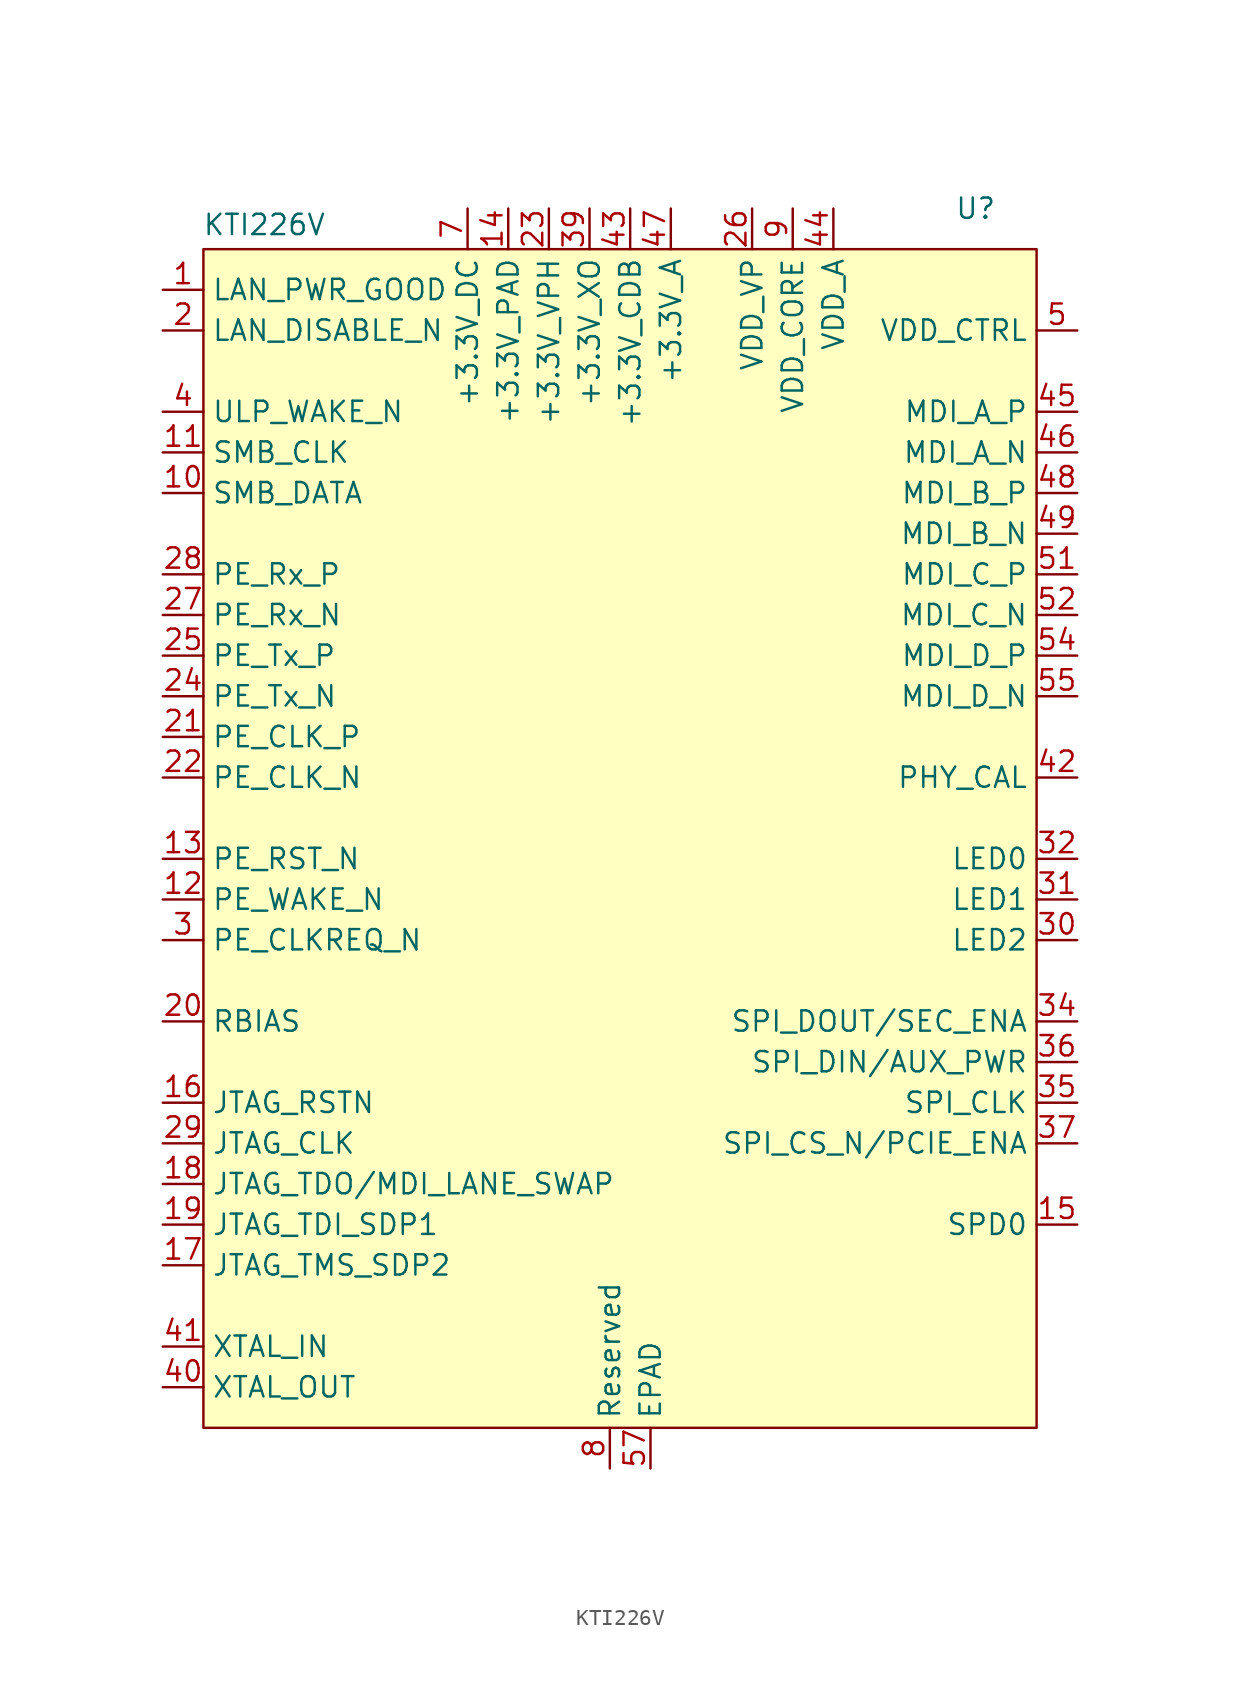
<source format=kicad_sym>
(kicad_symbol_lib
  (version 20241209)
  (generator "kicad_symbol_editor")
  (generator_version "9.0")
  (symbol "KTI226V"
    (property "Reference" "U"
      (at 20.32 1.27 0)
      (effects (font (size 1.27 1.27))))
    (property "Value" "KTI226V"
      (at -24.13 0.254 0)
      (effects (font (size 1.27 1.27))))
    (symbol "KTI226V_1_1"
      (rectangle (start -27.94 -1.27) (end 24.13 -74.93) (stroke (width 0) (type solid)) (fill (type background)))
      (pin input line (at -30.48 -3.81 0) (length 2.54) (name "LAN_PWR_GOOD" (effects (font (size 1.27 1.27)))) (number "1" (effects (font (size 1.27 1.27)))))
      (pin input line (at -30.48 -6.35 0) (length 2.54) (name "LAN_DISABLE_N" (effects (font (size 1.27 1.27)))) (number "2" (effects (font (size 1.27 1.27)))))
      (pin bidirectional line (at -30.48 -11.43 0) (length 2.54) (name "ULP_WAKE_N" (effects (font (size 1.27 1.27)))) (number "4" (effects (font (size 1.27 1.27)))))
      (pin bidirectional line (at -30.48 -13.97 0) (length 2.54) (name "SMB_CLK" (effects (font (size 1.27 1.27)))) (number "11" (effects (font (size 1.27 1.27)))))
      (pin bidirectional line (at -30.48 -16.51 0) (length 2.54) (name "SMB_DATA" (effects (font (size 1.27 1.27)))) (number "10" (effects (font (size 1.27 1.27)))))
      (pin input line (at -30.48 -21.59 0) (length 2.54) (name "PE_Rx_P" (effects (font (size 1.27 1.27)))) (number "28" (effects (font (size 1.27 1.27)))))
      (pin input line (at -30.48 -24.13 0) (length 2.54) (name "PE_Rx_N" (effects (font (size 1.27 1.27)))) (number "27" (effects (font (size 1.27 1.27)))))
      (pin output line (at -30.48 -26.67 0) (length 2.54) (name "PE_Tx_P" (effects (font (size 1.27 1.27)))) (number "25" (effects (font (size 1.27 1.27)))))
      (pin output line (at -30.48 -29.21 0) (length 2.54) (name "PE_Tx_N" (effects (font (size 1.27 1.27)))) (number "24" (effects (font (size 1.27 1.27)))))
      (pin input line (at -30.48 -31.75 0) (length 2.54) (name "PE_CLK_P" (effects (font (size 1.27 1.27)))) (number "21" (effects (font (size 1.27 1.27)))))
      (pin input line (at -30.48 -34.29 0) (length 2.54) (name "PE_CLK_N" (effects (font (size 1.27 1.27)))) (number "22" (effects (font (size 1.27 1.27)))))
      (pin input line (at -30.48 -39.37 0) (length 2.54) (name "PE_RST_N" (effects (font (size 1.27 1.27)))) (number "13" (effects (font (size 1.27 1.27)))))
      (pin bidirectional line (at -30.48 -41.91 0) (length 2.54) (name "PE_WAKE_N" (effects (font (size 1.27 1.27)))) (number "12" (effects (font (size 1.27 1.27)))))
      (pin bidirectional line (at -30.48 -44.45 0) (length 2.54) (name "PE_CLKREQ_N" (effects (font (size 1.27 1.27)))) (number "3" (effects (font (size 1.27 1.27)))))
      (pin bidirectional line (at -30.48 -49.53 0) (length 2.54) (name "RBIAS" (effects (font (size 1.27 1.27)))) (number "20" (effects (font (size 1.27 1.27)))))
      (pin input line (at -30.48 -54.61 0) (length 2.54) (name "JTAG_RSTN" (effects (font (size 1.27 1.27)))) (number "16" (effects (font (size 1.27 1.27)))))
      (pin input line (at -30.48 -57.15 0) (length 2.54) (name "JTAG_CLK" (effects (font (size 1.27 1.27)))) (number "29" (effects (font (size 1.27 1.27)))))
      (pin output line (at -30.48 -59.69 0) (length 2.54) (name "JTAG_TDO/MDI_LANE_SWAP" (effects (font (size 1.27 1.27)))) (number "18" (effects (font (size 1.27 1.27)))))
      (pin input line (at -30.48 -62.23 0) (length 2.54) (name "JTAG_TDI_SDP1" (effects (font (size 1.27 1.27)))) (number "19" (effects (font (size 1.27 1.27)))))
      (pin input line (at -30.48 -64.77 0) (length 2.54) (name "JTAG_TMS_SDP2" (effects (font (size 1.27 1.27)))) (number "17" (effects (font (size 1.27 1.27)))))
      (pin input line (at -30.48 -69.85 0) (length 2.54) (name "XTAL_IN" (effects (font (size 1.27 1.27)))) (number "41" (effects (font (size 1.27 1.27)))))
      (pin output line (at -30.48 -72.39 0) (length 2.54) (name "XTAL_OUT" (effects (font (size 1.27 1.27)))) (number "40" (effects (font (size 1.27 1.27)))))
      (pin power_in line (at -11.43 1.27 270) (length 2.54) (name "+3.3V_DC" (effects (font (size 1.27 1.27)))) (number "7" (effects (font (size 1.27 1.27)))))
      (pin power_in line (at -8.89 1.27 270) (length 2.54) (name "+3.3V_PAD" (effects (font (size 1.27 1.27)))) (number "14" (effects (font (size 1.27 1.27)))))
      (pin passive line (at -8.89 1.27 270) (length 2.54) (hide yes) (name "+3.3V_PAD" (effects (font (size 1.27 1.27)))) (number "33" (effects (font (size 1.27 1.27)))))
      (pin power_in line (at -6.35 1.27 270) (length 2.54) (name "+3.3V_VPH" (effects (font (size 1.27 1.27)))) (number "23" (effects (font (size 1.27 1.27)))))
      (pin power_in line (at -3.81 1.27 270) (length 2.54) (name "+3.3V_XO" (effects (font (size 1.27 1.27)))) (number "39" (effects (font (size 1.27 1.27)))))
      (pin passive line (at -2.54 -77.47 90) (length 2.54) (name "Reserved" (effects (font (size 1.27 1.27)))) (number "8" (effects (font (size 1.27 1.27)))))
      (pin power_in line (at -1.27 1.27 270) (length 2.54) (name "+3.3V_CDB" (effects (font (size 1.27 1.27)))) (number "43" (effects (font (size 1.27 1.27)))))
      (pin power_in line (at 0 -77.47 90) (length 2.54) (name "EPAD" (effects (font (size 1.27 1.27)))) (number "57" (effects (font (size 1.27 1.27)))))
      (pin power_in line (at 1.27 1.27 270) (length 2.54) (name "+3.3V_A" (effects (font (size 1.27 1.27)))) (number "47" (effects (font (size 1.27 1.27)))))
      (pin passive line (at 1.27 1.27 270) (length 2.54) (hide yes) (name "+3.3V_A" (effects (font (size 1.27 1.27)))) (number "53" (effects (font (size 1.27 1.27)))))
      (pin power_in line (at 6.35 1.27 270) (length 2.54) (name "VDD_VP" (effects (font (size 1.27 1.27)))) (number "26" (effects (font (size 1.27 1.27)))))
      (pin passive line (at 8.89 1.27 270) (length 2.54) (hide yes) (name "VDD_CORE" (effects (font (size 1.27 1.27)))) (number "38" (effects (font (size 1.27 1.27)))))
      (pin power_in line (at 8.89 1.27 270) (length 2.54) (name "VDD_CORE" (effects (font (size 1.27 1.27)))) (number "9" (effects (font (size 1.27 1.27)))))
      (pin power_in line (at 11.43 1.27 270) (length 2.54) (name "VDD_A" (effects (font (size 1.27 1.27)))) (number "44" (effects (font (size 1.27 1.27)))))
      (pin passive line (at 11.43 1.27 270) (length 2.54) (hide yes) (name "VDD_A" (effects (font (size 1.27 1.27)))) (number "50" (effects (font (size 1.27 1.27)))))
      (pin passive line (at 11.43 1.27 270) (length 2.54) (hide yes) (name "VDD_A" (effects (font (size 1.27 1.27)))) (number "56" (effects (font (size 1.27 1.27)))))
      (pin output line (at 26.67 -6.35 180) (length 2.54) (name "VDD_CTRL" (effects (font (size 1.27 1.27)))) (number "5" (effects (font (size 1.27 1.27)))))
      (pin passive line (at 26.67 -6.35 180) (length 2.54) (hide yes) (name "VDD_CTRL" (effects (font (size 1.27 1.27)))) (number "6" (effects (font (size 1.27 1.27)))))
      (pin bidirectional line (at 26.67 -11.43 180) (length 2.54) (name "MDI_A_P" (effects (font (size 1.27 1.27)))) (number "45" (effects (font (size 1.27 1.27)))))
      (pin bidirectional line (at 26.67 -13.97 180) (length 2.54) (name "MDI_A_N" (effects (font (size 1.27 1.27)))) (number "46" (effects (font (size 1.27 1.27)))))
      (pin bidirectional line (at 26.67 -16.51 180) (length 2.54) (name "MDI_B_P" (effects (font (size 1.27 1.27)))) (number "48" (effects (font (size 1.27 1.27)))))
      (pin bidirectional line (at 26.67 -19.05 180) (length 2.54) (name "MDI_B_N" (effects (font (size 1.27 1.27)))) (number "49" (effects (font (size 1.27 1.27)))))
      (pin bidirectional line (at 26.67 -21.59 180) (length 2.54) (name "MDI_C_P" (effects (font (size 1.27 1.27)))) (number "51" (effects (font (size 1.27 1.27)))))
      (pin bidirectional line (at 26.67 -24.13 180) (length 2.54) (name "MDI_C_N" (effects (font (size 1.27 1.27)))) (number "52" (effects (font (size 1.27 1.27)))))
      (pin bidirectional line (at 26.67 -26.67 180) (length 2.54) (name "MDI_D_P" (effects (font (size 1.27 1.27)))) (number "54" (effects (font (size 1.27 1.27)))))
      (pin bidirectional line (at 26.67 -29.21 180) (length 2.54) (name "MDI_D_N" (effects (font (size 1.27 1.27)))) (number "55" (effects (font (size 1.27 1.27)))))
      (pin passive line (at 26.67 -34.29 180) (length 2.54) (name "PHY_CAL" (effects (font (size 1.27 1.27)))) (number "42" (effects (font (size 1.27 1.27)))))
      (pin output line (at 26.67 -39.37 180) (length 2.54) (name "LED0" (effects (font (size 1.27 1.27)))) (number "32" (effects (font (size 1.27 1.27)))))
      (pin output line (at 26.67 -41.91 180) (length 2.54) (name "LED1" (effects (font (size 1.27 1.27)))) (number "31" (effects (font (size 1.27 1.27)))))
      (pin output line (at 26.67 -44.45 180) (length 2.54) (name "LED2" (effects (font (size 1.27 1.27)))) (number "30" (effects (font (size 1.27 1.27)))))
      (pin output line (at 26.67 -49.53 180) (length 2.54) (name "SPI_DOUT/SEC_ENA" (effects (font (size 1.27 1.27)))) (number "34" (effects (font (size 1.27 1.27)))))
      (pin input line (at 26.67 -52.07 180) (length 2.54) (name "SPI_DIN/AUX_PWR" (effects (font (size 1.27 1.27)))) (number "36" (effects (font (size 1.27 1.27)))))
      (pin output line (at 26.67 -54.61 180) (length 2.54) (name "SPI_CLK" (effects (font (size 1.27 1.27)))) (number "35" (effects (font (size 1.27 1.27)))))
      (pin output line (at 26.67 -57.15 180) (length 2.54) (name "SPI_CS_N/PCIE_ENA" (effects (font (size 1.27 1.27)))) (number "37" (effects (font (size 1.27 1.27)))))
      (pin bidirectional line (at 26.67 -62.23 180) (length 2.54) (name "SPD0" (effects (font (size 1.27 1.27)))) (number "15" (effects (font (size 1.27 1.27))))))))
</source>
